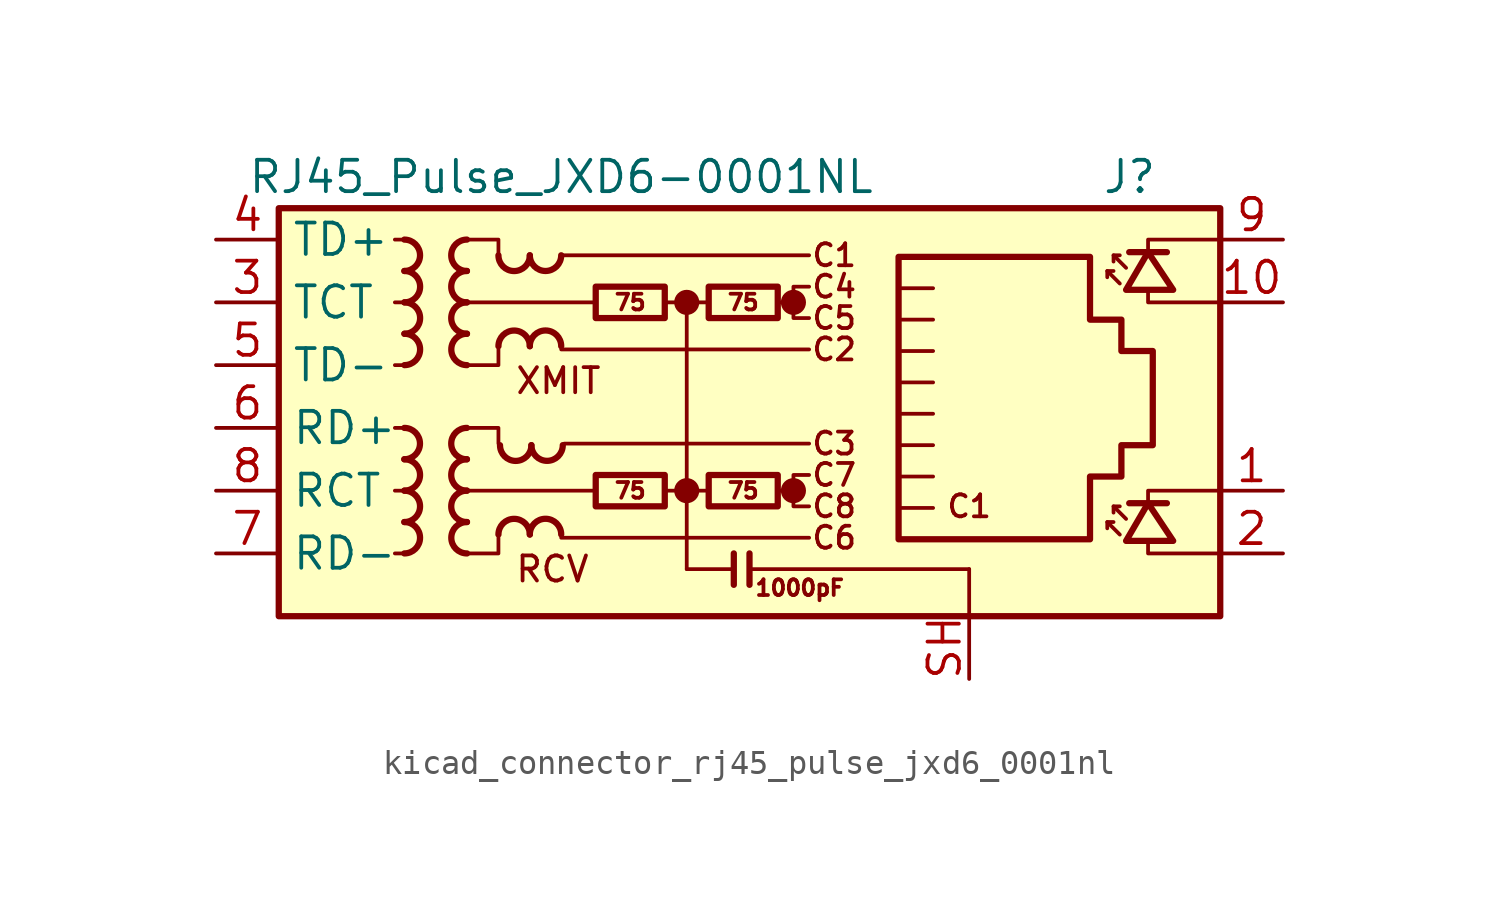
<source format=kicad_sym>
(kicad_symbol_lib
  (version 20220914)
  (generator kicad_symbol_editor)
  (symbol "kicad_connector_rj45_pulse_jxd6_0001nl"
    (property "Reference" "J"
      (at 17.78 10.16 0)
      (effects (font (size 1.27 1.27)) (justify right)))
    (property "Value" "RJ45_Pulse_JXD6-0001NL"
      (at -6.35 10.16 0)
      (effects (font (size 1.27 1.27))))
    (symbol "kicad_connector_rj45_pulse_jxd6_0001nl_0_0"
      (circle (center -1.27 -2.54) (radius 0.0001) (stroke (width 0.508) (type default)) (fill (type none)))
      (circle (center -1.27 5.08) (radius 0.0001) (stroke (width 0.508) (type default)) (fill (type none)))
      (polyline (pts (xy -1.27 5.08) (xy -1.27 -5.715)) (stroke (width 0) (type default)) (fill (type none)))
      (polyline (pts (xy 0.635 -5.08) (xy 0.635 -6.35)) (stroke (width 0.254) (type default)) (fill (type none)))
      (polyline (pts (xy 1.27 -5.08) (xy 1.27 -6.35)) (stroke (width 0.254) (type default)) (fill (type none)))
      (polyline (pts (xy 3.048 -2.54) (xy 2.54 -2.54)) (stroke (width 0) (type default)) (fill (type none)))
      (polyline (pts (xy 3.048 5.08) (xy 2.54 5.08)) (stroke (width 0) (type default)) (fill (type none)))
      (polyline (pts (xy 17.399 -3.175) (xy 17.399 -2.54) (xy 20.32 -2.54)) (stroke (width 0) (type default)) (fill (type none)))
      (polyline (pts (xy 17.399 6.985) (xy 17.399 7.62) (xy 20.32 7.62)) (stroke (width 0) (type default)) (fill (type none)))
      (polyline (pts (xy 20.32 -5.08) (xy 17.399 -5.08) (xy 17.399 -4.572)) (stroke (width 0) (type default)) (fill (type none)))
      (polyline (pts (xy 20.32 5.08) (xy 17.399 5.08) (xy 17.399 5.588)) (stroke (width 0) (type default)) (fill (type none)))
      (polyline (pts (xy 3.683 -1.905) (xy 3.048 -1.905) (xy 3.048 -3.175) (xy 3.683 -3.175)) (stroke (width 0) (type default)) (fill (type none)))
      (polyline (pts (xy 3.683 5.715) (xy 3.048 5.715) (xy 3.048 4.445) (xy 3.683 4.445)) (stroke (width 0) (type default)) (fill (type none)))
      (circle (center 3.048 -2.54) (radius 0.0001) (stroke (width 0.508) (type default)) (fill (type none)))
      (circle (center 3.048 5.08) (radius 0.0001) (stroke (width 0.508) (type default)) (fill (type none)))
      (text "C1" (at 4.699 6.985 0) (effects (font (size 0.889 0.889))))
      (text "C1" (at 10.16 -3.175 0) (effects (font (size 0.889 0.889))))
      (text "C2" (at 4.699 3.175 0) (effects (font (size 0.889 0.889))))
      (text "C3" (at 4.699 -0.635 0) (effects (font (size 0.889 0.889))))
      (text "C4" (at 4.699 5.715 0) (effects (font (size 0.889 0.889))))
      (text "C5" (at 4.699 4.445 0) (effects (font (size 0.889 0.889))))
      (text "C6" (at 4.699 -4.445 0) (effects (font (size 0.889 0.889))))
      (text "C7" (at 4.699 -1.905 0) (effects (font (size 0.889 0.889))))
      (text "C8" (at 4.699 -3.175 0) (effects (font (size 0.889 0.889))))
      (text "RCV" (at -8.255 -5.715 0) (effects (font (size 1.016 1.016)) (justify left)))
      (text "XMIT" (at -8.255 1.905 0) (effects (font (size 1.016 1.016)) (justify left))))
    (symbol "kicad_connector_rj45_pulse_jxd6_0001nl_0_1"
      (rectangle (start -17.78 8.89) (end 20.32 -7.62) (stroke (width 0.254) (type default)) (fill (type background)))
      (polyline (pts (xy -12.7 -5.08) (xy -13.081 -5.08)) (stroke (width 0) (type default)) (fill (type none)))
      (polyline (pts (xy -12.7 -2.54) (xy -13.081 -2.54)) (stroke (width 0) (type default)) (fill (type none)))
      (polyline (pts (xy -12.7 0) (xy -13.081 0)) (stroke (width 0) (type default)) (fill (type none)))
      (polyline (pts (xy -12.7 2.54) (xy -13.081 2.54)) (stroke (width 0) (type default)) (fill (type none)))
      (polyline (pts (xy -12.7 5.08) (xy -13.081 5.08)) (stroke (width 0) (type default)) (fill (type none)))
      (polyline (pts (xy -12.7 7.62) (xy -13.081 7.62)) (stroke (width 0) (type default)) (fill (type none)))
      (polyline (pts (xy -6.35 -4.445) (xy 3.683 -4.445)) (stroke (width 0) (type default)) (fill (type none)))
      (polyline (pts (xy -6.35 3.175) (xy 3.683 3.175)) (stroke (width 0) (type default)) (fill (type none)))
      (polyline (pts (xy -6.35 6.985) (xy 3.683 6.985)) (stroke (width 0) (type default)) (fill (type none)))
      (polyline (pts (xy -6.223 -0.635) (xy 3.683 -0.635)) (stroke (width 0) (type default)) (fill (type none)))
      (polyline (pts (xy -5.08 -2.54) (xy -10.16 -2.54)) (stroke (width 0) (type default)) (fill (type none)))
      (polyline (pts (xy -4.953 5.08) (xy -10.16 5.08)) (stroke (width 0) (type default)) (fill (type none)))
      (polyline (pts (xy -2.159 -2.54) (xy -0.381 -2.54)) (stroke (width 0) (type default)) (fill (type none)))
      (polyline (pts (xy -2.159 5.08) (xy -0.381 5.08)) (stroke (width 0) (type default)) (fill (type none)))
      (polyline (pts (xy 0.635 -5.715) (xy -1.27 -5.715)) (stroke (width 0) (type default)) (fill (type none)))
      (polyline (pts (xy 7.429 -1.968) (xy 8.7 -1.968)) (stroke (width 0) (type default)) (fill (type none)))
      (polyline (pts (xy 7.429 -0.699) (xy 8.7 -0.699)) (stroke (width 0) (type default)) (fill (type none)))
      (polyline (pts (xy 7.429 0.572) (xy 8.7 0.572)) (stroke (width 0) (type default)) (fill (type none)))
      (polyline (pts (xy 7.429 1.841) (xy 8.7 1.841)) (stroke (width 0) (type default)) (fill (type none)))
      (polyline (pts (xy 7.429 3.111) (xy 8.7 3.111)) (stroke (width 0) (type default)) (fill (type none)))
      (polyline (pts (xy 8.7 -3.239) (xy 7.429 -3.239)) (stroke (width 0) (type default)) (fill (type none)))
      (polyline (pts (xy 8.7 4.381) (xy 7.429 4.381)) (stroke (width 0) (type default)) (fill (type none)))
      (polyline (pts (xy 8.7 5.652) (xy 7.429 5.652)) (stroke (width 0) (type default)) (fill (type none)))
      (polyline (pts (xy 10.16 -5.715) (xy 1.27 -5.715)) (stroke (width 0) (type default)) (fill (type none)))
      (polyline (pts (xy 10.16 -5.715) (xy 10.16 -7.62)) (stroke (width 0) (type default)) (fill (type none)))
      (polyline (pts (xy -10.16 0) (xy -8.89 0) (xy -8.89 -0.635)) (stroke (width 0) (type default)) (fill (type none)))
      (polyline (pts (xy -10.16 7.62) (xy -8.89 7.62) (xy -8.89 6.985)) (stroke (width 0) (type default)) (fill (type none)))
      (polyline (pts (xy -8.89 -4.445) (xy -8.89 -5.08) (xy -10.16 -5.08)) (stroke (width 0) (type default)) (fill (type none)))
      (polyline (pts (xy -8.89 3.175) (xy -8.89 2.54) (xy -10.16 2.54)) (stroke (width 0) (type default)) (fill (type none))))
    (symbol "kicad_connector_rj45_pulse_jxd6_0001nl_1_0"
      (text "1000pF" (at 3.302 -6.477 0) (effects (font (size 0.635 0.635)))))
    (symbol "kicad_connector_rj45_pulse_jxd6_0001nl_1_1"
      (arc (start -12.7 -1.27) (mid -12.0677 -0.635) (end -12.7 0) (stroke (width 0.254) (type default)) (fill (type none)))
      (arc (start -12.6973 -5.08) (mid -12.065 -4.445) (end -12.6973 -3.81) (stroke (width 0.254) (type default)) (fill (type none)))
      (arc (start -12.6973 -3.81) (mid -12.065 -3.175) (end -12.6973 -2.54) (stroke (width 0.254) (type default)) (fill (type none)))
      (arc (start -12.6973 -2.54) (mid -12.065 -1.905) (end -12.6973 -1.27) (stroke (width 0.254) (type default)) (fill (type none)))
      (arc (start -12.6973 6.35) (mid -12.065 6.985) (end -12.6973 7.62) (stroke (width 0.254) (type default)) (fill (type none)))
      (arc (start -12.6946 2.54) (mid -12.0623 3.175) (end -12.6946 3.81) (stroke (width 0.254) (type default)) (fill (type none)))
      (arc (start -12.6946 3.81) (mid -12.0623 4.445) (end -12.6946 5.08) (stroke (width 0.254) (type default)) (fill (type none)))
      (arc (start -12.6946 5.08) (mid -12.0623 5.715) (end -12.6946 6.35) (stroke (width 0.254) (type default)) (fill (type none)))
      (arc (start -10.1654 -2.54) (mid -10.7977 -3.175) (end -10.1654 -3.81) (stroke (width 0.254) (type default)) (fill (type none)))
      (arc (start -10.1654 -1.27) (mid -10.7977 -1.905) (end -10.1654 -2.54) (stroke (width 0.254) (type default)) (fill (type none)))
      (arc (start -10.1654 0) (mid -10.7977 -0.635) (end -10.1654 -1.27) (stroke (width 0.254) (type default)) (fill (type none)))
      (arc (start -10.1654 5.08) (mid -10.7977 4.445) (end -10.1654 3.81) (stroke (width 0.254) (type default)) (fill (type none)))
      (arc (start -10.1654 6.35) (mid -10.7977 5.715) (end -10.1654 5.08) (stroke (width 0.254) (type default)) (fill (type none)))
      (arc (start -10.1654 7.62) (mid -10.7977 6.985) (end -10.1654 6.35) (stroke (width 0.254) (type default)) (fill (type none)))
      (arc (start -10.1627 -3.81) (mid -10.795 -4.445) (end -10.1627 -5.08) (stroke (width 0.254) (type default)) (fill (type none)))
      (arc (start -10.1627 3.81) (mid -10.795 3.175) (end -10.1627 2.54) (stroke (width 0.254) (type default)) (fill (type none)))
      (arc (start -8.89 6.9823) (mid -8.255 6.35) (end -7.62 6.9823) (stroke (width 0.254) (type default)) (fill (type none)))
      (arc (start -8.8265 -0.7012) (mid -8.1915 -1.3335) (end -7.5565 -0.7012) (stroke (width 0.254) (type default)) (fill (type none)))
      (arc (start -7.62 -4.3153) (mid -8.255 -3.683) (end -8.89 -4.3153) (stroke (width 0.254) (type default)) (fill (type none)))
      (arc (start -7.62 3.3047) (mid -8.255 3.937) (end -8.89 3.3047) (stroke (width 0.254) (type default)) (fill (type none)))
      (arc (start -7.62 6.985) (mid -6.985 6.3527) (end -6.35 6.985) (stroke (width 0.254) (type default)) (fill (type none)))
      (arc (start -7.5565 -0.6985) (mid -6.9215 -1.3308) (end -6.2865 -0.6985) (stroke (width 0.254) (type default)) (fill (type none)))
      (arc (start -6.35 -4.3126) (mid -6.985 -3.6803) (end -7.62 -4.3126) (stroke (width 0.254) (type default)) (fill (type none)))
      (arc (start -6.35 3.3074) (mid -6.985 3.9397) (end -7.62 3.3074) (stroke (width 0.254) (type default)) (fill (type none)))
      (rectangle (start -4.953 -1.905) (end -2.159 -3.175) (stroke (width 0.254) (type default)) (fill (type none)))
      (rectangle (start -4.953 5.715) (end -2.159 4.445) (stroke (width 0.254) (type default)) (fill (type none)))
      (rectangle (start -0.381 -1.905) (end 2.413 -3.175) (stroke (width 0.254) (type default)) (fill (type none)))
      (rectangle (start -0.381 5.715) (end 2.413 4.445) (stroke (width 0.254) (type default)) (fill (type none)))
      (polyline (pts (xy 15.748 -3.81) (xy 15.748 -4.064)) (stroke (width 0) (type default)) (fill (type none)))
      (polyline (pts (xy 15.748 6.35) (xy 15.748 6.096)) (stroke (width 0) (type default)) (fill (type none)))
      (polyline (pts (xy 16.002 -3.175) (xy 16.002 -3.429)) (stroke (width 0) (type default)) (fill (type none)))
      (polyline (pts (xy 16.002 6.985) (xy 16.002 6.731)) (stroke (width 0) (type default)) (fill (type none)))
      (polyline (pts (xy 16.637 -3.048) (xy 18.161 -3.048)) (stroke (width 0.254) (type default)) (fill (type none)))
      (polyline (pts (xy 16.637 7.112) (xy 18.161 7.112)) (stroke (width 0.254) (type default)) (fill (type none)))
      (polyline (pts (xy 16.256 -4.318) (xy 15.748 -3.81) (xy 16.002 -3.81)) (stroke (width 0) (type default)) (fill (type none)))
      (polyline (pts (xy 16.256 5.842) (xy 15.748 6.35) (xy 16.002 6.35)) (stroke (width 0) (type default)) (fill (type none)))
      (polyline (pts (xy 16.51 -3.683) (xy 16.002 -3.175) (xy 16.256 -3.175)) (stroke (width 0) (type default)) (fill (type none)))
      (polyline (pts (xy 16.51 6.477) (xy 16.002 6.985) (xy 16.256 6.985)) (stroke (width 0) (type default)) (fill (type none)))
      (polyline (pts (xy 16.51 -4.572) (xy 18.415 -4.572) (xy 17.399 -3.048) (xy 16.51 -4.572)) (stroke (width 0.254) (type default)) (fill (type none)))
      (polyline (pts (xy 16.51 5.588) (xy 18.415 5.588) (xy 17.399 7.112) (xy 16.51 5.588)) (stroke (width 0.254) (type default)) (fill (type none)))
      (polyline (pts (xy 7.303 -4.508) (xy 7.303 6.921) (xy 15.05 6.921) (xy 15.05 4.381) (xy 16.32 4.381) (xy 16.32 3.111) (xy 17.59 3.111) (xy 17.59 -0.699) (xy 16.32 -0.699) (xy 16.32 -1.968) (xy 15.05 -1.968) (xy 15.05 -4.508) (xy 7.303 -4.508)) (stroke (width 0.254) (type default)) (fill (type none)))
      (text "75" (at -3.556 -2.54 0) (effects (font (size 0.635 0.635))))
      (text "75" (at -3.556 5.08 0) (effects (font (size 0.635 0.635))))
      (text "75" (at 1.016 -2.54 0) (effects (font (size 0.635 0.635))))
      (text "75" (at 1.016 5.08 0) (effects (font (size 0.635 0.635))))
      (pin passive line (at 22.86 -2.54 180) (length 2.54) (name "" (effects (font (size 1.27 1.27)))) (number "1" (effects (font (size 1.27 1.27)))))
      (pin passive line (at 22.86 5.08 180) (length 2.54) (name "" (effects (font (size 1.27 1.27)))) (number "10" (effects (font (size 1.27 1.27)))))
      (pin passive line (at 22.86 -5.08 180) (length 2.54) (name "" (effects (font (size 1.27 1.27)))) (number "2" (effects (font (size 1.27 1.27)))))
      (pin passive line (at -20.32 5.08 0) (length 2.54) (name "TCT" (effects (font (size 1.27 1.27)))) (number "3" (effects (font (size 1.27 1.27)))))
      (pin passive line (at -20.32 7.62 0) (length 2.54) (name "TD+" (effects (font (size 1.27 1.27)))) (number "4" (effects (font (size 1.27 1.27)))))
      (pin passive line (at -20.32 2.54 0) (length 2.54) (name "TD-" (effects (font (size 1.27 1.27)))) (number "5" (effects (font (size 1.27 1.27)))))
      (pin passive line (at -20.32 0 0) (length 2.54) (name "RD+" (effects (font (size 1.27 1.27)))) (number "6" (effects (font (size 1.27 1.27)))))
      (pin passive line (at -20.32 -5.08 0) (length 2.54) (name "RD-" (effects (font (size 1.27 1.27)))) (number "7" (effects (font (size 1.27 1.27)))))
      (pin passive line (at -20.32 -2.54 0) (length 2.54) (name "RCT" (effects (font (size 1.27 1.27)))) (number "8" (effects (font (size 1.27 1.27)))))
      (pin passive line (at 22.86 7.62 180) (length 2.54) (name "" (effects (font (size 1.27 1.27)))) (number "9" (effects (font (size 1.27 1.27)))))
      (pin power_in line (at 10.16 -10.16 90) (length 2.54) (name "" (effects (font (size 1.27 1.27)))) (number "SH" (effects (font (size 1.27 1.27))))))))
</source>
